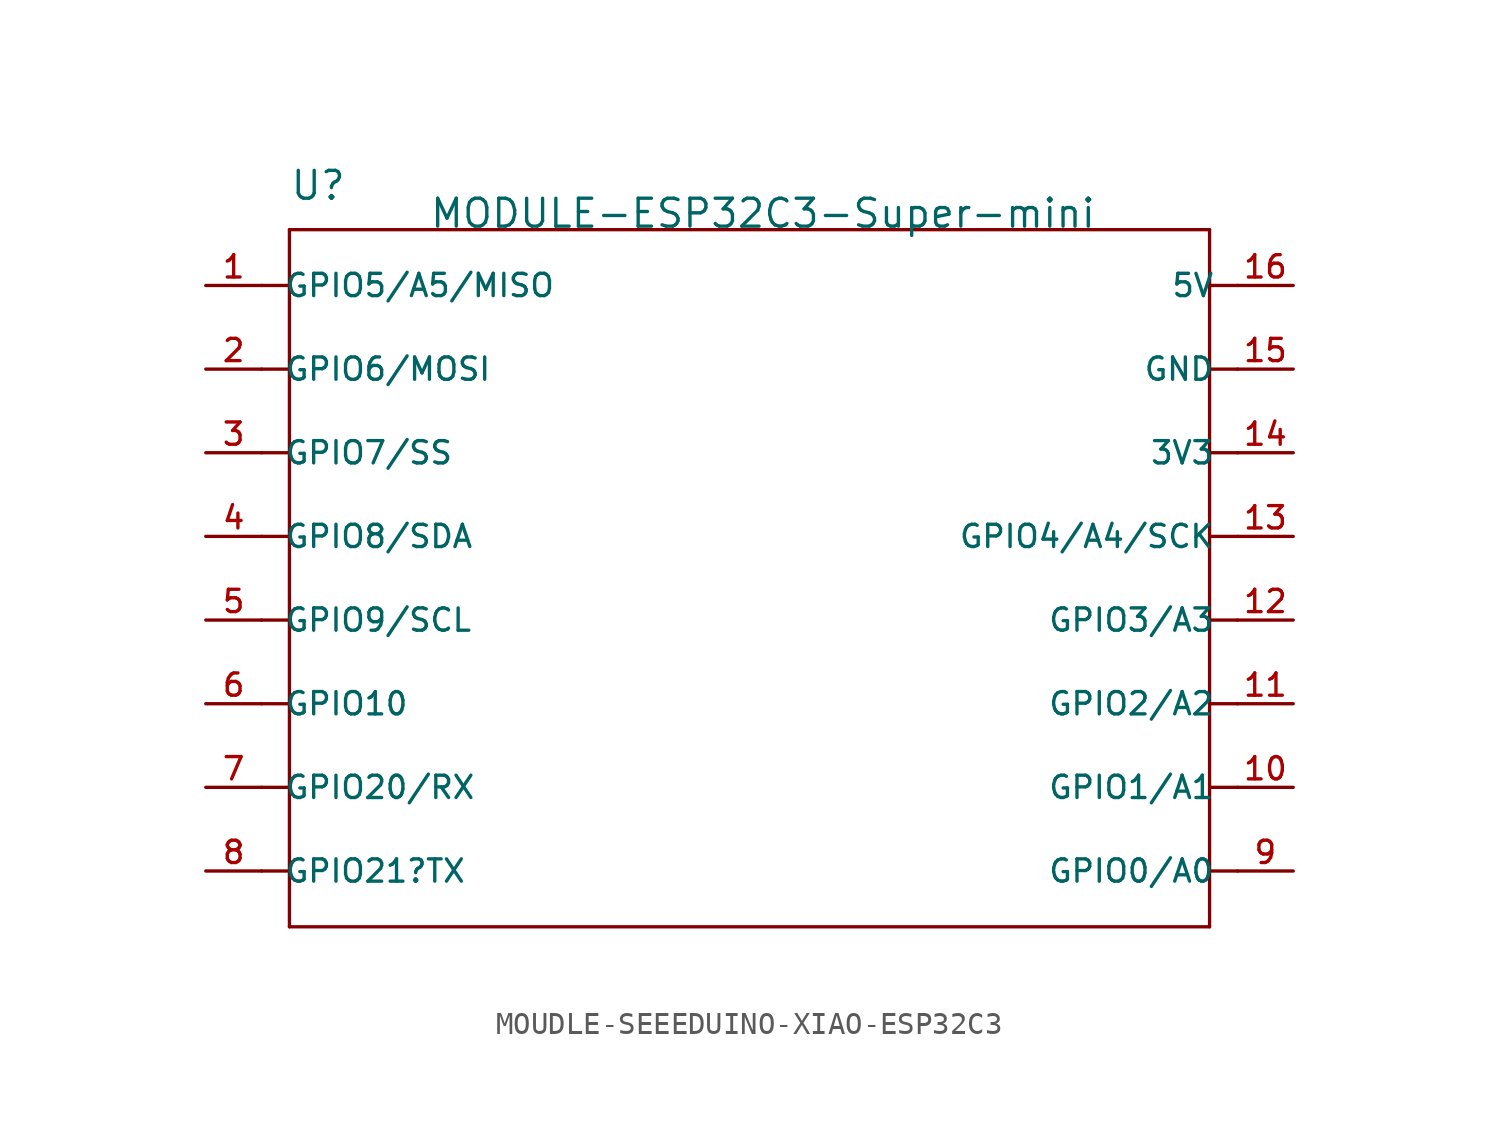
<source format=kicad_sym>
(kicad_symbol_lib
  (version 20220914)
  (generator kicad_symbol_editor)
  (symbol "MOUDLE-SEEEDUINO-XIAO-ESP32C3"
    (pin_names
      (offset 1.016))
    (property "Reference" "U"
      (at -21.59 15.24 0)
      (effects (font (size 1.27 1.27)) (justify left bottom)))
    (property "Value" "MODULE-ESP32C3-Super-mini"
      (at -15.24 13.97 0)
      (effects (font (size 1.27 1.27)) (justify left bottom)))
    (symbol "MOUDLE-SEEEDUINO-XIAO-ESP32C3_0_0"
      (polyline (pts (xy -21.59 -17.78) (xy -21.59 0)) (stroke (width 0.152) (type default)) (fill (type none)))
      (polyline (pts (xy -21.59 -15.24) (xy -22.86 -15.24)) (stroke (width 0.152) (type default)) (fill (type none)))
      (polyline (pts (xy -21.59 -11.43) (xy -22.86 -11.43)) (stroke (width 0.152) (type default)) (fill (type none)))
      (polyline (pts (xy -21.59 -7.62) (xy -22.86 -7.62)) (stroke (width 0.152) (type default)) (fill (type none)))
      (polyline (pts (xy -21.59 -3.81) (xy -22.86 -3.81)) (stroke (width 0.152) (type default)) (fill (type none)))
      (polyline (pts (xy -21.59 0) (xy -22.86 0)) (stroke (width 0.152) (type default)) (fill (type none)))
      (polyline (pts (xy -21.59 0) (xy -21.59 3.81)) (stroke (width 0.152) (type default)) (fill (type none)))
      (polyline (pts (xy -21.59 3.81) (xy -22.86 3.81)) (stroke (width 0.152) (type default)) (fill (type none)))
      (polyline (pts (xy -21.59 3.81) (xy -21.59 7.62)) (stroke (width 0.152) (type default)) (fill (type none)))
      (polyline (pts (xy -21.59 7.62) (xy -22.86 7.62)) (stroke (width 0.152) (type default)) (fill (type none)))
      (polyline (pts (xy -21.59 7.62) (xy -21.59 11.43)) (stroke (width 0.152) (type default)) (fill (type none)))
      (polyline (pts (xy -21.59 11.43) (xy -22.86 11.43)) (stroke (width 0.152) (type default)) (fill (type none)))
      (polyline (pts (xy -21.59 11.43) (xy -21.59 13.97)) (stroke (width 0.152) (type default)) (fill (type none)))
      (polyline (pts (xy -21.59 13.97) (xy 20.32 13.97)) (stroke (width 0.152) (type default)) (fill (type none)))
      (polyline (pts (xy 20.32 -17.78) (xy -21.59 -17.78)) (stroke (width 0.152) (type default)) (fill (type none)))
      (polyline (pts (xy 20.32 3.81) (xy 20.32 -17.78)) (stroke (width 0.152) (type default)) (fill (type none)))
      (polyline (pts (xy 20.32 7.62) (xy 20.32 3.81)) (stroke (width 0.152) (type default)) (fill (type none)))
      (polyline (pts (xy 20.32 11.43) (xy 20.32 7.62)) (stroke (width 0.152) (type default)) (fill (type none)))
      (polyline (pts (xy 20.32 13.97) (xy 20.32 11.43)) (stroke (width 0.152) (type default)) (fill (type none)))
      (polyline (pts (xy 21.59 -15.24) (xy 20.32 -15.24)) (stroke (width 0.152) (type default)) (fill (type none)))
      (polyline (pts (xy 21.59 -11.43) (xy 20.32 -11.43)) (stroke (width 0.152) (type default)) (fill (type none)))
      (polyline (pts (xy 21.59 -7.62) (xy 20.32 -7.62)) (stroke (width 0.152) (type default)) (fill (type none)))
      (polyline (pts (xy 21.59 -3.81) (xy 20.32 -3.81)) (stroke (width 0.152) (type default)) (fill (type none)))
      (polyline (pts (xy 21.59 0) (xy 20.32 0)) (stroke (width 0.152) (type default)) (fill (type none)))
      (polyline (pts (xy 21.59 3.81) (xy 20.32 3.81)) (stroke (width 0.152) (type default)) (fill (type none)))
      (polyline (pts (xy 21.59 7.62) (xy 20.32 7.62)) (stroke (width 0.152) (type default)) (fill (type none)))
      (polyline (pts (xy 21.59 11.43) (xy 20.32 11.43)) (stroke (width 0.152) (type default)) (fill (type none))))
    (symbol "MOUDLE-SEEEDUINO-XIAO-ESP32C3_1_0"
      (pin bidirectional line (at -25.4 11.43 0) (length 2.54) (name "GPIO5/A5/MISO" (effects (font (size 1.016 1.016)))) (number "1" (effects (font (size 1.016 1.016)))))
      (pin bidirectional line (at 24.13 -11.43 180) (length 2.54) (name "GPIO1/A1" (effects (font (size 1.016 1.016)))) (number "10" (effects (font (size 1.016 1.016)))))
      (pin bidirectional line (at 24.13 -7.62 180) (length 2.54) (name "GPIO2/A2" (effects (font (size 1.016 1.016)))) (number "11" (effects (font (size 1.016 1.016)))))
      (pin bidirectional line (at 24.13 -3.81 180) (length 2.54) (name "GPIO3/A3" (effects (font (size 1.016 1.016)))) (number "12" (effects (font (size 1.016 1.016)))))
      (pin bidirectional line (at 24.13 0 180) (length 2.54) (name "GPIO4/A4/SCK" (effects (font (size 1.016 1.016)))) (number "13" (effects (font (size 1.016 1.016)))))
      (pin bidirectional line (at 24.13 3.81 180) (length 2.54) (name "3V3" (effects (font (size 1.016 1.016)))) (number "14" (effects (font (size 1.016 1.016)))))
      (pin bidirectional line (at 24.13 7.62 180) (length 2.54) (name "GND" (effects (font (size 1.016 1.016)))) (number "15" (effects (font (size 1.016 1.016)))))
      (pin bidirectional line (at 24.13 11.43 180) (length 2.54) (name "5V" (effects (font (size 1.016 1.016)))) (number "16" (effects (font (size 1.016 1.016)))))
      (pin bidirectional line (at -25.4 7.62 0) (length 2.54) (name "GPIO6/MOSI" (effects (font (size 1.016 1.016)))) (number "2" (effects (font (size 1.016 1.016)))))
      (pin bidirectional line (at -25.4 3.81 0) (length 2.54) (name "GPIO7/SS" (effects (font (size 1.016 1.016)))) (number "3" (effects (font (size 1.016 1.016)))))
      (pin bidirectional line (at -25.4 0 0) (length 2.54) (name "GPIO8/SDA" (effects (font (size 1.016 1.016)))) (number "4" (effects (font (size 1.016 1.016)))))
      (pin bidirectional line (at -25.4 -3.81 0) (length 2.54) (name "GPIO9/SCL" (effects (font (size 1.016 1.016)))) (number "5" (effects (font (size 1.016 1.016)))))
      (pin bidirectional line (at -25.4 -7.62 0) (length 2.54) (name "GPIO10" (effects (font (size 1.016 1.016)))) (number "6" (effects (font (size 1.016 1.016)))))
      (pin bidirectional line (at -25.4 -11.43 0) (length 2.54) (name "GPIO20/RX" (effects (font (size 1.016 1.016)))) (number "7" (effects (font (size 1.016 1.016)))))
      (pin bidirectional line (at -25.4 -15.24 0) (length 2.54) (name "GPIO21?TX" (effects (font (size 1.016 1.016)))) (number "8" (effects (font (size 1.016 1.016)))))
      (pin bidirectional line (at 24.13 -15.24 180) (length 2.54) (name "GPIO0/A0" (effects (font (size 1.016 1.016)))) (number "9" (effects (font (size 1.016 1.016))))))))
</source>
